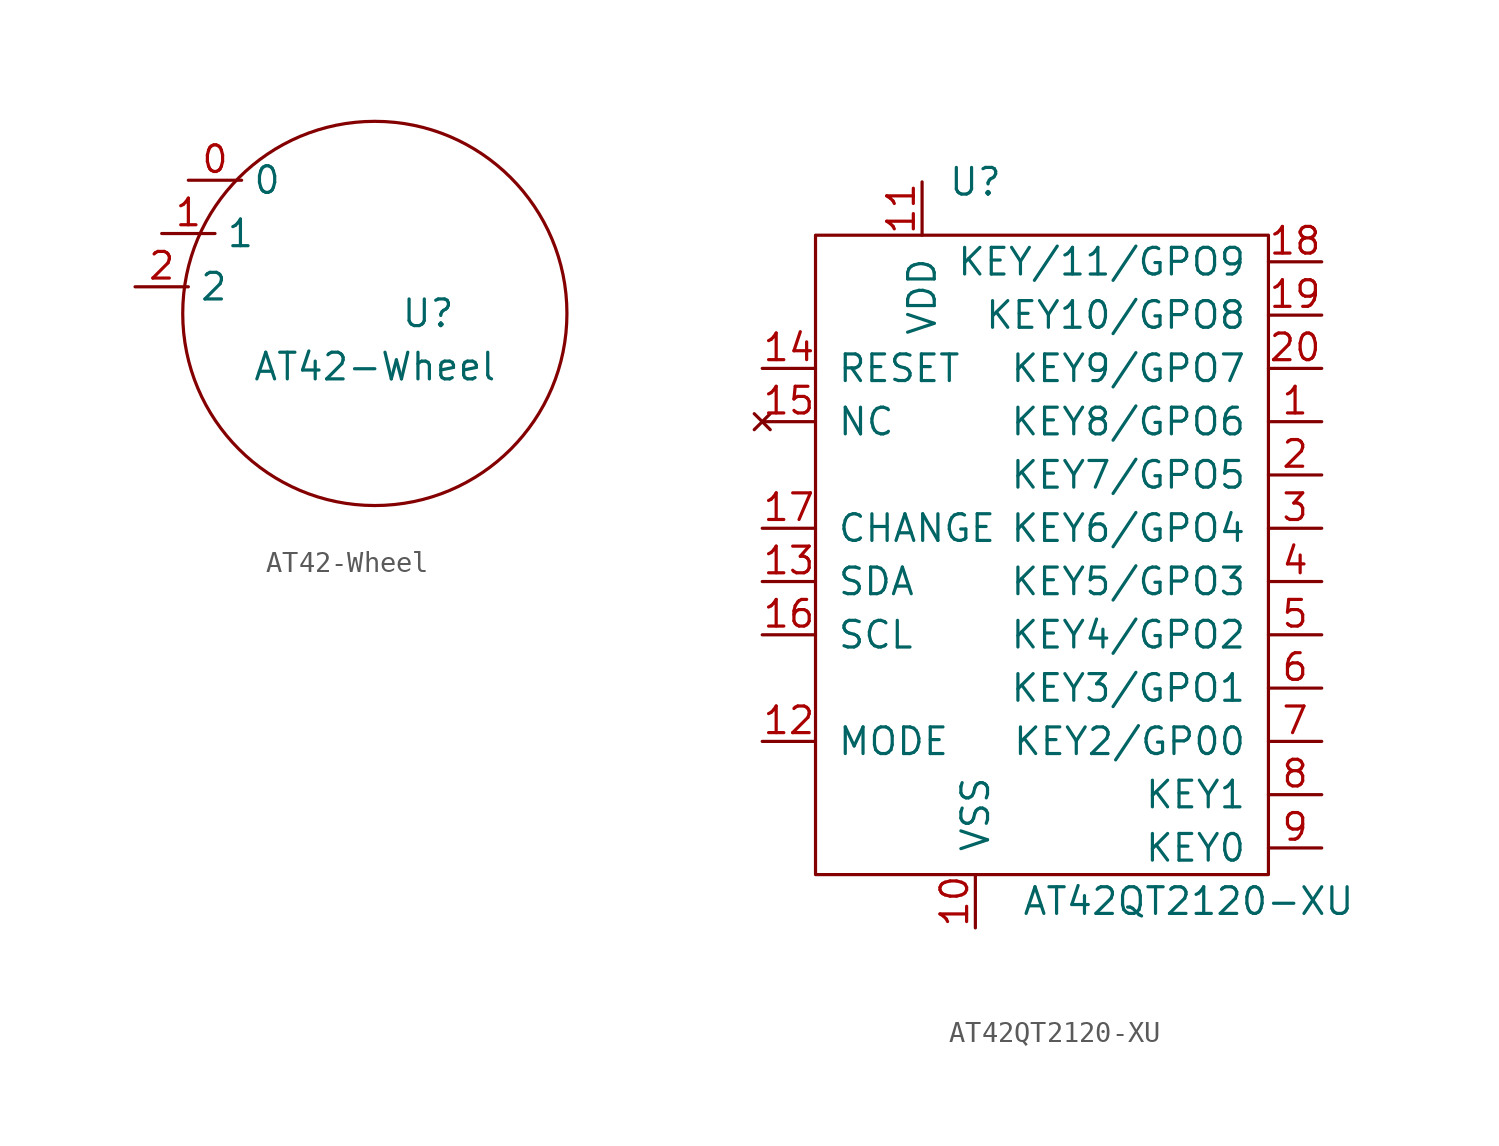
<source format=kicad_sym>
(kicad_symbol_lib
  (version 20211014)
  (generator kicad_symbol_editor)
  (symbol "AT42-Wheel"
    (property "Reference" "U"
      (at 2.54 0 0)
      (effects (font (size 1.27 1.27))))
    (property "Value" "AT42-Wheel"
      (at 0 -2.54 0)
      (effects (font (size 1.27 1.27))))
    (symbol "AT42-Wheel_0_1"
      (circle (center 0 0) (radius 9.158) (stroke (width 0) (type default) (color 0 0 0 0)) (fill (type none))))
    (symbol "AT42-Wheel_1_1"
      (pin input line (at -8.89 6.35 0) (length 2.54) (name "0" (effects (font (size 1.27 1.27)))) (number "0" (effects (font (size 1.27 1.27)))))
      (pin input line (at -10.16 3.81 0) (length 2.54) (name "1" (effects (font (size 1.27 1.27)))) (number "1" (effects (font (size 1.27 1.27)))))
      (pin input line (at -11.43 1.27 0) (length 2.54) (name "2" (effects (font (size 1.27 1.27)))) (number "2" (effects (font (size 1.27 1.27)))))))
  (symbol "AT42QT2120-XU"
    (pin_names
      (offset 1.016))
    (property "Reference" "U"
      (at 1.27 33.02 0)
      (effects (font (size 1.27 1.27))))
    (property "Value" "AT42QT2120-XU"
      (at 11.43 -1.27 0)
      (effects (font (size 1.27 1.27))))
    (symbol "AT42QT2120-XU_0_1"
      (rectangle (start -6.35 30.48) (end 15.24 0) (stroke (width 0) (type default) (color 0 0 0 0)) (fill (type none))))
    (symbol "AT42QT2120-XU_1_1"
      (pin input line (at 17.78 21.59 180) (length 2.54) (name "KEY8/GPO6" (effects (font (size 1.27 1.27)))) (number "1" (effects (font (size 1.27 1.27)))))
      (pin power_in line (at 1.27 -2.54 90) (length 2.54) (name "VSS" (effects (font (size 1.27 1.27)))) (number "10" (effects (font (size 1.27 1.27)))))
      (pin power_in line (at -1.27 33.02 270) (length 2.54) (name "VDD" (effects (font (size 1.27 1.27)))) (number "11" (effects (font (size 1.27 1.27)))))
      (pin input line (at -8.89 6.35 0) (length 2.54) (name "MODE" (effects (font (size 1.27 1.27)))) (number "12" (effects (font (size 1.27 1.27)))))
      (pin bidirectional line (at -8.89 13.97 0) (length 2.54) (name "SDA" (effects (font (size 1.27 1.27)))) (number "13" (effects (font (size 1.27 1.27)))))
      (pin input line (at -8.89 24.13 0) (length 2.54) (name "RESET" (effects (font (size 1.27 1.27)))) (number "14" (effects (font (size 1.27 1.27)))))
      (pin no_connect line (at -8.89 21.59 0) (length 2.54) (name "NC" (effects (font (size 1.27 1.27)))) (number "15" (effects (font (size 1.27 1.27)))))
      (pin bidirectional line (at -8.89 11.43 0) (length 2.54) (name "SCL" (effects (font (size 1.27 1.27)))) (number "16" (effects (font (size 1.27 1.27)))))
      (pin output line (at -8.89 16.51 0) (length 2.54) (name "CHANGE" (effects (font (size 1.27 1.27)))) (number "17" (effects (font (size 1.27 1.27)))))
      (pin input line (at 17.78 29.21 180) (length 2.54) (name "KEY/11/GPO9" (effects (font (size 1.27 1.27)))) (number "18" (effects (font (size 1.27 1.27)))))
      (pin input line (at 17.78 26.67 180) (length 2.54) (name "KEY10/GPO8" (effects (font (size 1.27 1.27)))) (number "19" (effects (font (size 1.27 1.27)))))
      (pin input line (at 17.78 19.05 180) (length 2.54) (name "KEY7/GPO5" (effects (font (size 1.27 1.27)))) (number "2" (effects (font (size 1.27 1.27)))))
      (pin input line (at 17.78 24.13 180) (length 2.54) (name "KEY9/GPO7" (effects (font (size 1.27 1.27)))) (number "20" (effects (font (size 1.27 1.27)))))
      (pin input line (at 17.78 16.51 180) (length 2.54) (name "KEY6/GPO4" (effects (font (size 1.27 1.27)))) (number "3" (effects (font (size 1.27 1.27)))))
      (pin input line (at 17.78 13.97 180) (length 2.54) (name "KEY5/GPO3" (effects (font (size 1.27 1.27)))) (number "4" (effects (font (size 1.27 1.27)))))
      (pin input line (at 17.78 11.43 180) (length 2.54) (name "KEY4/GPO2" (effects (font (size 1.27 1.27)))) (number "5" (effects (font (size 1.27 1.27)))))
      (pin input line (at 17.78 8.89 180) (length 2.54) (name "KEY3/GPO1" (effects (font (size 1.27 1.27)))) (number "6" (effects (font (size 1.27 1.27)))))
      (pin input line (at 17.78 6.35 180) (length 2.54) (name "KEY2/GP00" (effects (font (size 1.27 1.27)))) (number "7" (effects (font (size 1.27 1.27)))))
      (pin input line (at 17.78 3.81 180) (length 2.54) (name "KEY1" (effects (font (size 1.27 1.27)))) (number "8" (effects (font (size 1.27 1.27)))))
      (pin input line (at 17.78 1.27 180) (length 2.54) (name "KEY0" (effects (font (size 1.27 1.27)))) (number "9" (effects (font (size 1.27 1.27))))))))
</source>
